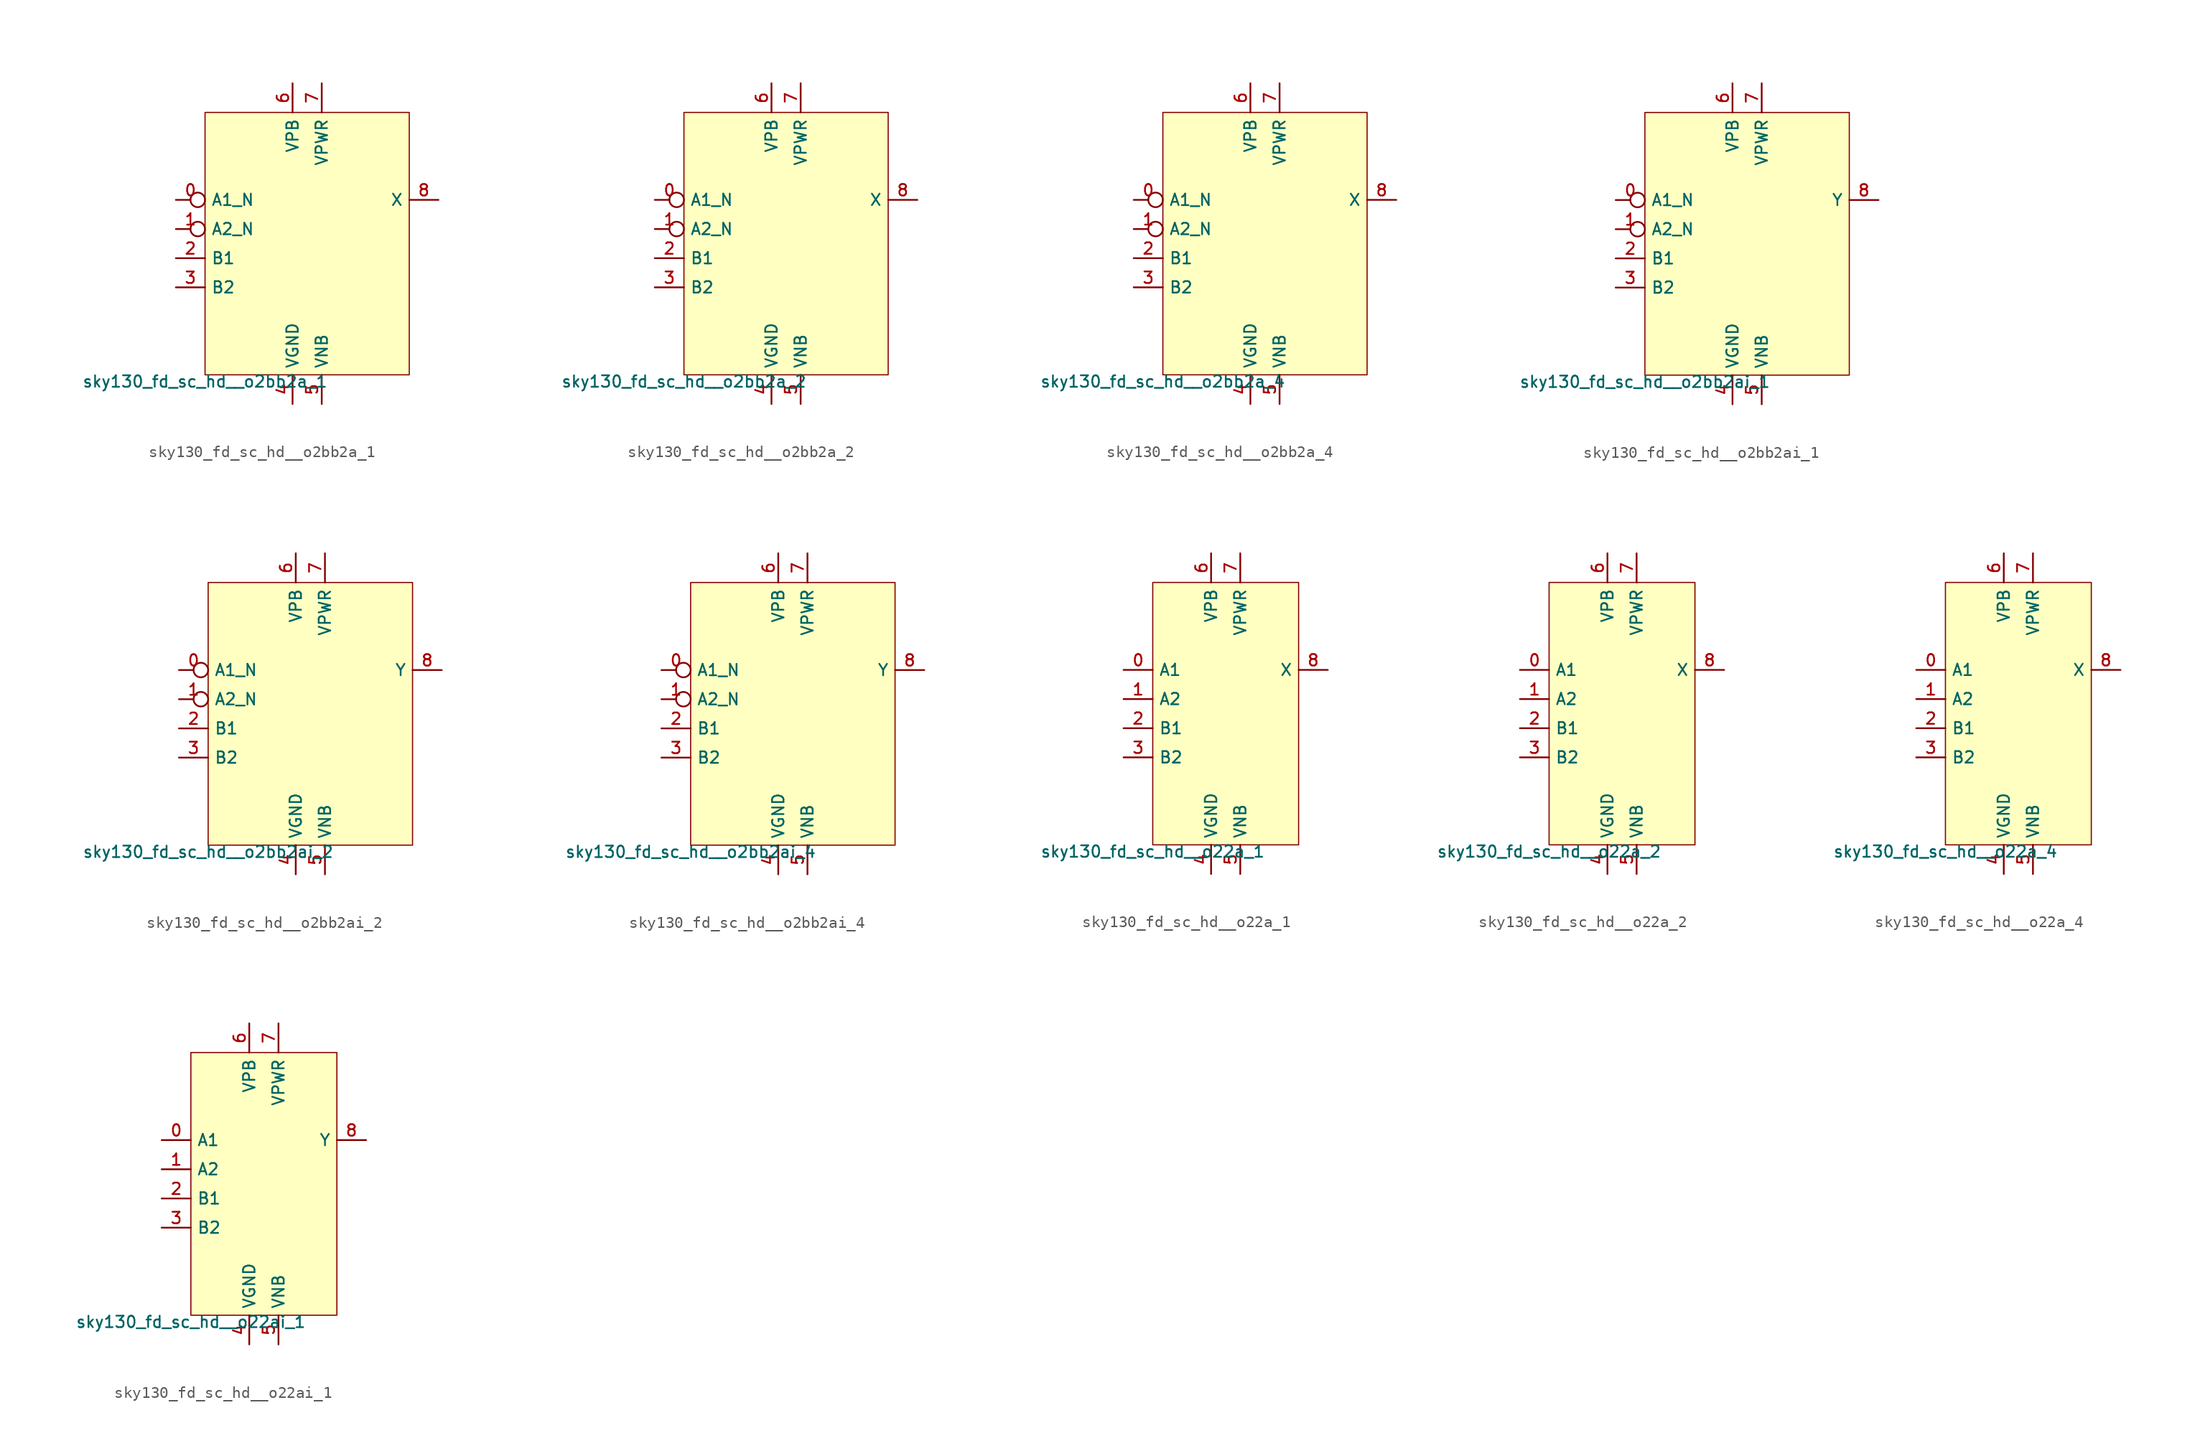
<source format=kicad_sym>
(kicad_symbol_lib
  (version 20211014)
  (generator lef2kicad_sym)
  (symbol "sky130_fd_sc_hd__o2bb2a_1"
    (property "Reference" "X"
      (at 0 0 0)
      (effects (font (size 1 1)) hide))
    (property "Value" "sky130_fd_sc_hd__o2bb2a_1"
      (at -8.89 -11.43 0)
      (effects (font (size 1 1)) (justify top)))
    (rectangle
      (start -8.89 -11.43)
      (end 8.89 11.43)
      (stroke (width 0.1) (type solid) (color 0 0 0 0))
      (fill (type background)))
    (pin input inverted
      (at -11.43 3.81 0)
      (length 2.54)
      (name "A1_N" (effects (font (size 1 1)) hide))
      (number "0" (effects (font (size 1 1)) hide)))
    (pin input inverted
      (at -11.43 1.27 0)
      (length 2.54)
      (name "A2_N" (effects (font (size 1 1)) hide))
      (number "1" (effects (font (size 1 1)) hide)))
    (pin input line
      (at -11.43 -1.27 0)
      (length 2.54)
      (name "B1" (effects (font (size 1 1)) hide))
      (number "2" (effects (font (size 1 1)) hide)))
    (pin input line
      (at -11.43 -3.81 0)
      (length 2.54)
      (name "B2" (effects (font (size 1 1)) hide))
      (number "3" (effects (font (size 1 1)) hide)))
    (pin power_in line
      (at -1.27 -13.97 90)
      (length 2.54)
      (name "VGND" (effects (font (size 1 1)) hide))
      (number "4" (effects (font (size 1 1)) hide)))
    (pin power_in line
      (at 1.27 -13.97 90)
      (length 2.54)
      (name "VNB" (effects (font (size 1 1)) hide))
      (number "5" (effects (font (size 1 1)) hide)))
    (pin power_in line
      (at -1.27 13.97 270)
      (length 2.54)
      (name "VPB" (effects (font (size 1 1)) hide))
      (number "6" (effects (font (size 1 1)) hide)))
    (pin power_in line
      (at 1.27 13.97 270)
      (length 2.54)
      (name "VPWR" (effects (font (size 1 1)) hide))
      (number "7" (effects (font (size 1 1)) hide)))
    (pin output line
      (at 11.43 3.81 180)
      (length 2.54)
      (name "X" (effects (font (size 1 1)) hide))
      (number "8" (effects (font (size 1 1)) hide))))
  (symbol "sky130_fd_sc_hd__o2bb2a_2"
    (property "Reference" "X"
      (at 0 0 0)
      (effects (font (size 1 1)) hide))
    (property "Value" "sky130_fd_sc_hd__o2bb2a_2"
      (at -8.89 -11.43 0)
      (effects (font (size 1 1)) (justify top)))
    (rectangle
      (start -8.89 -11.43)
      (end 8.89 11.43)
      (stroke (width 0.1) (type solid) (color 0 0 0 0))
      (fill (type background)))
    (pin input inverted
      (at -11.43 3.81 0)
      (length 2.54)
      (name "A1_N" (effects (font (size 1 1)) hide))
      (number "0" (effects (font (size 1 1)) hide)))
    (pin input inverted
      (at -11.43 1.27 0)
      (length 2.54)
      (name "A2_N" (effects (font (size 1 1)) hide))
      (number "1" (effects (font (size 1 1)) hide)))
    (pin input line
      (at -11.43 -1.27 0)
      (length 2.54)
      (name "B1" (effects (font (size 1 1)) hide))
      (number "2" (effects (font (size 1 1)) hide)))
    (pin input line
      (at -11.43 -3.81 0)
      (length 2.54)
      (name "B2" (effects (font (size 1 1)) hide))
      (number "3" (effects (font (size 1 1)) hide)))
    (pin power_in line
      (at -1.27 -13.97 90)
      (length 2.54)
      (name "VGND" (effects (font (size 1 1)) hide))
      (number "4" (effects (font (size 1 1)) hide)))
    (pin power_in line
      (at 1.27 -13.97 90)
      (length 2.54)
      (name "VNB" (effects (font (size 1 1)) hide))
      (number "5" (effects (font (size 1 1)) hide)))
    (pin power_in line
      (at -1.27 13.97 270)
      (length 2.54)
      (name "VPB" (effects (font (size 1 1)) hide))
      (number "6" (effects (font (size 1 1)) hide)))
    (pin power_in line
      (at 1.27 13.97 270)
      (length 2.54)
      (name "VPWR" (effects (font (size 1 1)) hide))
      (number "7" (effects (font (size 1 1)) hide)))
    (pin output line
      (at 11.43 3.81 180)
      (length 2.54)
      (name "X" (effects (font (size 1 1)) hide))
      (number "8" (effects (font (size 1 1)) hide))))
  (symbol "sky130_fd_sc_hd__o2bb2a_4"
    (property "Reference" "X"
      (at 0 0 0)
      (effects (font (size 1 1)) hide))
    (property "Value" "sky130_fd_sc_hd__o2bb2a_4"
      (at -8.89 -11.43 0)
      (effects (font (size 1 1)) (justify top)))
    (rectangle
      (start -8.89 -11.43)
      (end 8.89 11.43)
      (stroke (width 0.1) (type solid) (color 0 0 0 0))
      (fill (type background)))
    (pin input inverted
      (at -11.43 3.81 0)
      (length 2.54)
      (name "A1_N" (effects (font (size 1 1)) hide))
      (number "0" (effects (font (size 1 1)) hide)))
    (pin input inverted
      (at -11.43 1.27 0)
      (length 2.54)
      (name "A2_N" (effects (font (size 1 1)) hide))
      (number "1" (effects (font (size 1 1)) hide)))
    (pin input line
      (at -11.43 -1.27 0)
      (length 2.54)
      (name "B1" (effects (font (size 1 1)) hide))
      (number "2" (effects (font (size 1 1)) hide)))
    (pin input line
      (at -11.43 -3.81 0)
      (length 2.54)
      (name "B2" (effects (font (size 1 1)) hide))
      (number "3" (effects (font (size 1 1)) hide)))
    (pin power_in line
      (at -1.27 -13.97 90)
      (length 2.54)
      (name "VGND" (effects (font (size 1 1)) hide))
      (number "4" (effects (font (size 1 1)) hide)))
    (pin power_in line
      (at 1.27 -13.97 90)
      (length 2.54)
      (name "VNB" (effects (font (size 1 1)) hide))
      (number "5" (effects (font (size 1 1)) hide)))
    (pin power_in line
      (at -1.27 13.97 270)
      (length 2.54)
      (name "VPB" (effects (font (size 1 1)) hide))
      (number "6" (effects (font (size 1 1)) hide)))
    (pin power_in line
      (at 1.27 13.97 270)
      (length 2.54)
      (name "VPWR" (effects (font (size 1 1)) hide))
      (number "7" (effects (font (size 1 1)) hide)))
    (pin output line
      (at 11.43 3.81 180)
      (length 2.54)
      (name "X" (effects (font (size 1 1)) hide))
      (number "8" (effects (font (size 1 1)) hide))))
  (symbol "sky130_fd_sc_hd__o2bb2ai_1"
    (property "Reference" "X"
      (at 0 0 0)
      (effects (font (size 1 1)) hide))
    (property "Value" "sky130_fd_sc_hd__o2bb2ai_1"
      (at -8.89 -11.43 0)
      (effects (font (size 1 1)) (justify top)))
    (rectangle
      (start -8.89 -11.43)
      (end 8.89 11.43)
      (stroke (width 0.1) (type solid) (color 0 0 0 0))
      (fill (type background)))
    (pin input inverted
      (at -11.43 3.81 0)
      (length 2.54)
      (name "A1_N" (effects (font (size 1 1)) hide))
      (number "0" (effects (font (size 1 1)) hide)))
    (pin input inverted
      (at -11.43 1.27 0)
      (length 2.54)
      (name "A2_N" (effects (font (size 1 1)) hide))
      (number "1" (effects (font (size 1 1)) hide)))
    (pin input line
      (at -11.43 -1.27 0)
      (length 2.54)
      (name "B1" (effects (font (size 1 1)) hide))
      (number "2" (effects (font (size 1 1)) hide)))
    (pin input line
      (at -11.43 -3.81 0)
      (length 2.54)
      (name "B2" (effects (font (size 1 1)) hide))
      (number "3" (effects (font (size 1 1)) hide)))
    (pin power_in line
      (at -1.27 -13.97 90)
      (length 2.54)
      (name "VGND" (effects (font (size 1 1)) hide))
      (number "4" (effects (font (size 1 1)) hide)))
    (pin power_in line
      (at 1.27 -13.97 90)
      (length 2.54)
      (name "VNB" (effects (font (size 1 1)) hide))
      (number "5" (effects (font (size 1 1)) hide)))
    (pin power_in line
      (at -1.27 13.97 270)
      (length 2.54)
      (name "VPB" (effects (font (size 1 1)) hide))
      (number "6" (effects (font (size 1 1)) hide)))
    (pin power_in line
      (at 1.27 13.97 270)
      (length 2.54)
      (name "VPWR" (effects (font (size 1 1)) hide))
      (number "7" (effects (font (size 1 1)) hide)))
    (pin output line
      (at 11.43 3.81 180)
      (length 2.54)
      (name "Y" (effects (font (size 1 1)) hide))
      (number "8" (effects (font (size 1 1)) hide))))
  (symbol "sky130_fd_sc_hd__o2bb2ai_2"
    (property "Reference" "X"
      (at 0 0 0)
      (effects (font (size 1 1)) hide))
    (property "Value" "sky130_fd_sc_hd__o2bb2ai_2"
      (at -8.89 -11.43 0)
      (effects (font (size 1 1)) (justify top)))
    (rectangle
      (start -8.89 -11.43)
      (end 8.89 11.43)
      (stroke (width 0.1) (type solid) (color 0 0 0 0))
      (fill (type background)))
    (pin input inverted
      (at -11.43 3.81 0)
      (length 2.54)
      (name "A1_N" (effects (font (size 1 1)) hide))
      (number "0" (effects (font (size 1 1)) hide)))
    (pin input inverted
      (at -11.43 1.27 0)
      (length 2.54)
      (name "A2_N" (effects (font (size 1 1)) hide))
      (number "1" (effects (font (size 1 1)) hide)))
    (pin input line
      (at -11.43 -1.27 0)
      (length 2.54)
      (name "B1" (effects (font (size 1 1)) hide))
      (number "2" (effects (font (size 1 1)) hide)))
    (pin input line
      (at -11.43 -3.81 0)
      (length 2.54)
      (name "B2" (effects (font (size 1 1)) hide))
      (number "3" (effects (font (size 1 1)) hide)))
    (pin power_in line
      (at -1.27 -13.97 90)
      (length 2.54)
      (name "VGND" (effects (font (size 1 1)) hide))
      (number "4" (effects (font (size 1 1)) hide)))
    (pin power_in line
      (at 1.27 -13.97 90)
      (length 2.54)
      (name "VNB" (effects (font (size 1 1)) hide))
      (number "5" (effects (font (size 1 1)) hide)))
    (pin power_in line
      (at -1.27 13.97 270)
      (length 2.54)
      (name "VPB" (effects (font (size 1 1)) hide))
      (number "6" (effects (font (size 1 1)) hide)))
    (pin power_in line
      (at 1.27 13.97 270)
      (length 2.54)
      (name "VPWR" (effects (font (size 1 1)) hide))
      (number "7" (effects (font (size 1 1)) hide)))
    (pin output line
      (at 11.43 3.81 180)
      (length 2.54)
      (name "Y" (effects (font (size 1 1)) hide))
      (number "8" (effects (font (size 1 1)) hide))))
  (symbol "sky130_fd_sc_hd__o2bb2ai_4"
    (property "Reference" "X"
      (at 0 0 0)
      (effects (font (size 1 1)) hide))
    (property "Value" "sky130_fd_sc_hd__o2bb2ai_4"
      (at -8.89 -11.43 0)
      (effects (font (size 1 1)) (justify top)))
    (rectangle
      (start -8.89 -11.43)
      (end 8.89 11.43)
      (stroke (width 0.1) (type solid) (color 0 0 0 0))
      (fill (type background)))
    (pin input inverted
      (at -11.43 3.81 0)
      (length 2.54)
      (name "A1_N" (effects (font (size 1 1)) hide))
      (number "0" (effects (font (size 1 1)) hide)))
    (pin input inverted
      (at -11.43 1.27 0)
      (length 2.54)
      (name "A2_N" (effects (font (size 1 1)) hide))
      (number "1" (effects (font (size 1 1)) hide)))
    (pin input line
      (at -11.43 -1.27 0)
      (length 2.54)
      (name "B1" (effects (font (size 1 1)) hide))
      (number "2" (effects (font (size 1 1)) hide)))
    (pin input line
      (at -11.43 -3.81 0)
      (length 2.54)
      (name "B2" (effects (font (size 1 1)) hide))
      (number "3" (effects (font (size 1 1)) hide)))
    (pin power_in line
      (at -1.27 -13.97 90)
      (length 2.54)
      (name "VGND" (effects (font (size 1 1)) hide))
      (number "4" (effects (font (size 1 1)) hide)))
    (pin power_in line
      (at 1.27 -13.97 90)
      (length 2.54)
      (name "VNB" (effects (font (size 1 1)) hide))
      (number "5" (effects (font (size 1 1)) hide)))
    (pin power_in line
      (at -1.27 13.97 270)
      (length 2.54)
      (name "VPB" (effects (font (size 1 1)) hide))
      (number "6" (effects (font (size 1 1)) hide)))
    (pin power_in line
      (at 1.27 13.97 270)
      (length 2.54)
      (name "VPWR" (effects (font (size 1 1)) hide))
      (number "7" (effects (font (size 1 1)) hide)))
    (pin output line
      (at 11.43 3.81 180)
      (length 2.54)
      (name "Y" (effects (font (size 1 1)) hide))
      (number "8" (effects (font (size 1 1)) hide))))
  (symbol "sky130_fd_sc_hd__o22a_1"
    (property "Reference" "X"
      (at 0 0 0)
      (effects (font (size 1 1)) hide))
    (property "Value" "sky130_fd_sc_hd__o22a_1"
      (at -6.35 -11.43 0)
      (effects (font (size 1 1)) (justify top)))
    (rectangle
      (start -6.35 -11.43)
      (end 6.35 11.43)
      (stroke (width 0.1) (type solid) (color 0 0 0 0))
      (fill (type background)))
    (pin input line
      (at -8.89 3.81 0)
      (length 2.54)
      (name "A1" (effects (font (size 1 1)) hide))
      (number "0" (effects (font (size 1 1)) hide)))
    (pin input line
      (at -8.89 1.27 0)
      (length 2.54)
      (name "A2" (effects (font (size 1 1)) hide))
      (number "1" (effects (font (size 1 1)) hide)))
    (pin input line
      (at -8.89 -1.27 0)
      (length 2.54)
      (name "B1" (effects (font (size 1 1)) hide))
      (number "2" (effects (font (size 1 1)) hide)))
    (pin input line
      (at -8.89 -3.81 0)
      (length 2.54)
      (name "B2" (effects (font (size 1 1)) hide))
      (number "3" (effects (font (size 1 1)) hide)))
    (pin power_in line
      (at -1.27 -13.97 90)
      (length 2.54)
      (name "VGND" (effects (font (size 1 1)) hide))
      (number "4" (effects (font (size 1 1)) hide)))
    (pin power_in line
      (at 1.27 -13.97 90)
      (length 2.54)
      (name "VNB" (effects (font (size 1 1)) hide))
      (number "5" (effects (font (size 1 1)) hide)))
    (pin power_in line
      (at -1.27 13.97 270)
      (length 2.54)
      (name "VPB" (effects (font (size 1 1)) hide))
      (number "6" (effects (font (size 1 1)) hide)))
    (pin power_in line
      (at 1.27 13.97 270)
      (length 2.54)
      (name "VPWR" (effects (font (size 1 1)) hide))
      (number "7" (effects (font (size 1 1)) hide)))
    (pin output line
      (at 8.89 3.81 180)
      (length 2.54)
      (name "X" (effects (font (size 1 1)) hide))
      (number "8" (effects (font (size 1 1)) hide))))
  (symbol "sky130_fd_sc_hd__o22a_2"
    (property "Reference" "X"
      (at 0 0 0)
      (effects (font (size 1 1)) hide))
    (property "Value" "sky130_fd_sc_hd__o22a_2"
      (at -6.35 -11.43 0)
      (effects (font (size 1 1)) (justify top)))
    (rectangle
      (start -6.35 -11.43)
      (end 6.35 11.43)
      (stroke (width 0.1) (type solid) (color 0 0 0 0))
      (fill (type background)))
    (pin input line
      (at -8.89 3.81 0)
      (length 2.54)
      (name "A1" (effects (font (size 1 1)) hide))
      (number "0" (effects (font (size 1 1)) hide)))
    (pin input line
      (at -8.89 1.27 0)
      (length 2.54)
      (name "A2" (effects (font (size 1 1)) hide))
      (number "1" (effects (font (size 1 1)) hide)))
    (pin input line
      (at -8.89 -1.27 0)
      (length 2.54)
      (name "B1" (effects (font (size 1 1)) hide))
      (number "2" (effects (font (size 1 1)) hide)))
    (pin input line
      (at -8.89 -3.81 0)
      (length 2.54)
      (name "B2" (effects (font (size 1 1)) hide))
      (number "3" (effects (font (size 1 1)) hide)))
    (pin power_in line
      (at -1.27 -13.97 90)
      (length 2.54)
      (name "VGND" (effects (font (size 1 1)) hide))
      (number "4" (effects (font (size 1 1)) hide)))
    (pin power_in line
      (at 1.27 -13.97 90)
      (length 2.54)
      (name "VNB" (effects (font (size 1 1)) hide))
      (number "5" (effects (font (size 1 1)) hide)))
    (pin power_in line
      (at -1.27 13.97 270)
      (length 2.54)
      (name "VPB" (effects (font (size 1 1)) hide))
      (number "6" (effects (font (size 1 1)) hide)))
    (pin power_in line
      (at 1.27 13.97 270)
      (length 2.54)
      (name "VPWR" (effects (font (size 1 1)) hide))
      (number "7" (effects (font (size 1 1)) hide)))
    (pin output line
      (at 8.89 3.81 180)
      (length 2.54)
      (name "X" (effects (font (size 1 1)) hide))
      (number "8" (effects (font (size 1 1)) hide))))
  (symbol "sky130_fd_sc_hd__o22a_4"
    (property "Reference" "X"
      (at 0 0 0)
      (effects (font (size 1 1)) hide))
    (property "Value" "sky130_fd_sc_hd__o22a_4"
      (at -6.35 -11.43 0)
      (effects (font (size 1 1)) (justify top)))
    (rectangle
      (start -6.35 -11.43)
      (end 6.35 11.43)
      (stroke (width 0.1) (type solid) (color 0 0 0 0))
      (fill (type background)))
    (pin input line
      (at -8.89 3.81 0)
      (length 2.54)
      (name "A1" (effects (font (size 1 1)) hide))
      (number "0" (effects (font (size 1 1)) hide)))
    (pin input line
      (at -8.89 1.27 0)
      (length 2.54)
      (name "A2" (effects (font (size 1 1)) hide))
      (number "1" (effects (font (size 1 1)) hide)))
    (pin input line
      (at -8.89 -1.27 0)
      (length 2.54)
      (name "B1" (effects (font (size 1 1)) hide))
      (number "2" (effects (font (size 1 1)) hide)))
    (pin input line
      (at -8.89 -3.81 0)
      (length 2.54)
      (name "B2" (effects (font (size 1 1)) hide))
      (number "3" (effects (font (size 1 1)) hide)))
    (pin power_in line
      (at -1.27 -13.97 90)
      (length 2.54)
      (name "VGND" (effects (font (size 1 1)) hide))
      (number "4" (effects (font (size 1 1)) hide)))
    (pin power_in line
      (at 1.27 -13.97 90)
      (length 2.54)
      (name "VNB" (effects (font (size 1 1)) hide))
      (number "5" (effects (font (size 1 1)) hide)))
    (pin power_in line
      (at -1.27 13.97 270)
      (length 2.54)
      (name "VPB" (effects (font (size 1 1)) hide))
      (number "6" (effects (font (size 1 1)) hide)))
    (pin power_in line
      (at 1.27 13.97 270)
      (length 2.54)
      (name "VPWR" (effects (font (size 1 1)) hide))
      (number "7" (effects (font (size 1 1)) hide)))
    (pin output line
      (at 8.89 3.81 180)
      (length 2.54)
      (name "X" (effects (font (size 1 1)) hide))
      (number "8" (effects (font (size 1 1)) hide))))
  (symbol "sky130_fd_sc_hd__o22ai_1"
    (property "Reference" "X"
      (at 0 0 0)
      (effects (font (size 1 1)) hide))
    (property "Value" "sky130_fd_sc_hd__o22ai_1"
      (at -6.35 -11.43 0)
      (effects (font (size 1 1)) (justify top)))
    (rectangle
      (start -6.35 -11.43)
      (end 6.35 11.43)
      (stroke (width 0.1) (type solid) (color 0 0 0 0))
      (fill (type background)))
    (pin input line
      (at -8.89 3.81 0)
      (length 2.54)
      (name "A1" (effects (font (size 1 1)) hide))
      (number "0" (effects (font (size 1 1)) hide)))
    (pin input line
      (at -8.89 1.27 0)
      (length 2.54)
      (name "A2" (effects (font (size 1 1)) hide))
      (number "1" (effects (font (size 1 1)) hide)))
    (pin input line
      (at -8.89 -1.27 0)
      (length 2.54)
      (name "B1" (effects (font (size 1 1)) hide))
      (number "2" (effects (font (size 1 1)) hide)))
    (pin input line
      (at -8.89 -3.81 0)
      (length 2.54)
      (name "B2" (effects (font (size 1 1)) hide))
      (number "3" (effects (font (size 1 1)) hide)))
    (pin power_in line
      (at -1.27 -13.97 90)
      (length 2.54)
      (name "VGND" (effects (font (size 1 1)) hide))
      (number "4" (effects (font (size 1 1)) hide)))
    (pin power_in line
      (at 1.27 -13.97 90)
      (length 2.54)
      (name "VNB" (effects (font (size 1 1)) hide))
      (number "5" (effects (font (size 1 1)) hide)))
    (pin power_in line
      (at -1.27 13.97 270)
      (length 2.54)
      (name "VPB" (effects (font (size 1 1)) hide))
      (number "6" (effects (font (size 1 1)) hide)))
    (pin power_in line
      (at 1.27 13.97 270)
      (length 2.54)
      (name "VPWR" (effects (font (size 1 1)) hide))
      (number "7" (effects (font (size 1 1)) hide)))
    (pin output line
      (at 8.89 3.81 180)
      (length 2.54)
      (name "Y" (effects (font (size 1 1)) hide))
      (number "8" (effects (font (size 1 1)) hide)))))
</source>
